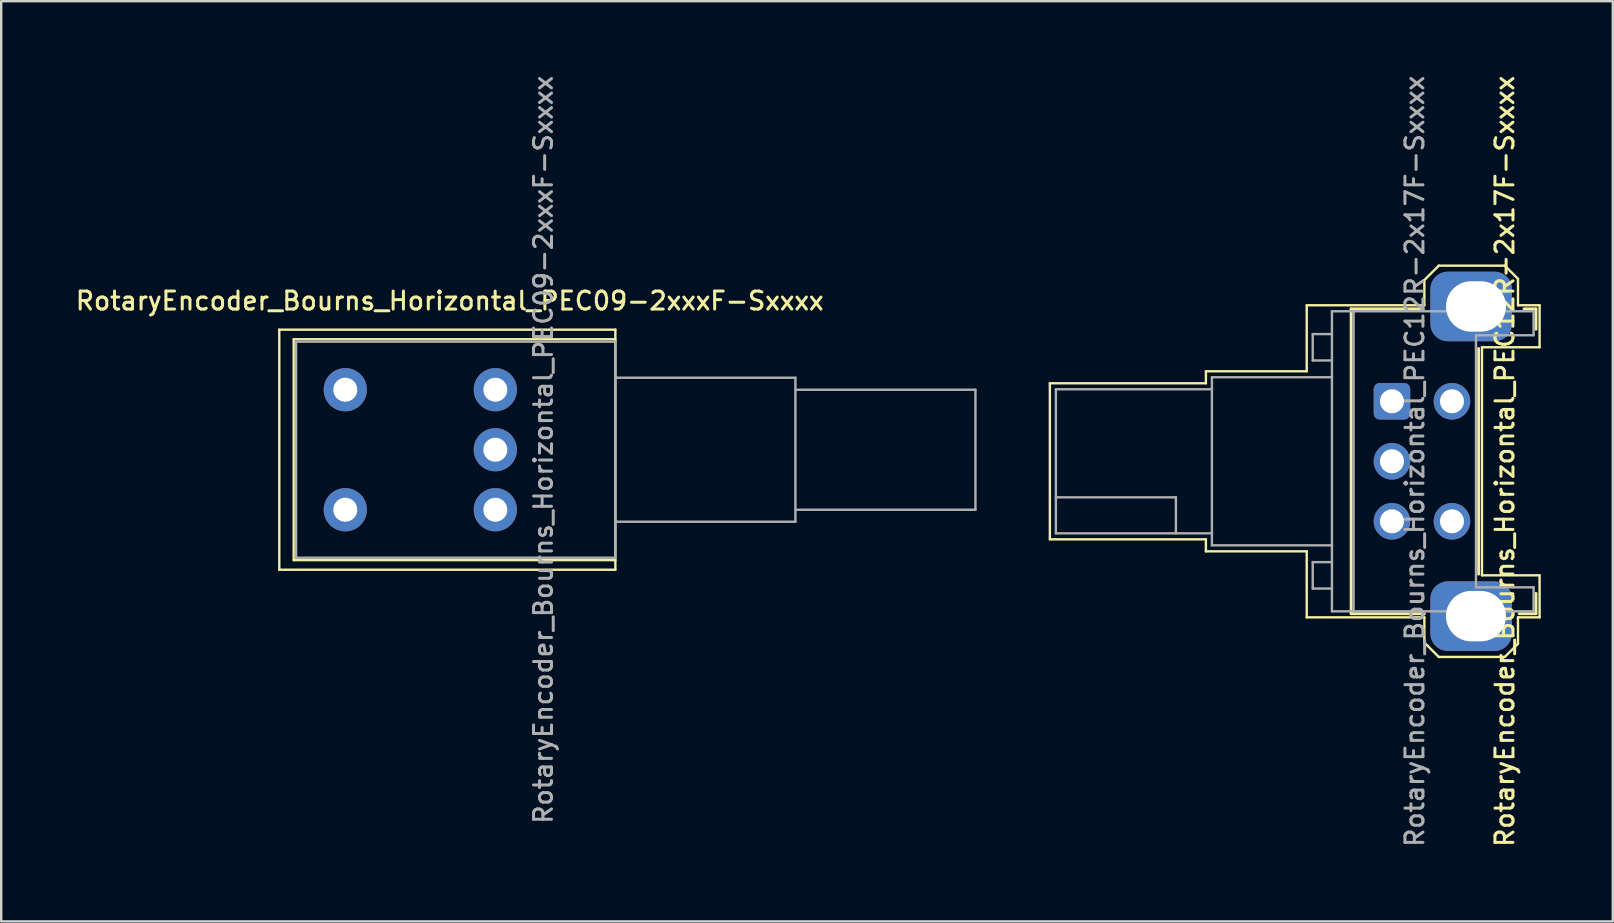
<source format=kicad_pcb>
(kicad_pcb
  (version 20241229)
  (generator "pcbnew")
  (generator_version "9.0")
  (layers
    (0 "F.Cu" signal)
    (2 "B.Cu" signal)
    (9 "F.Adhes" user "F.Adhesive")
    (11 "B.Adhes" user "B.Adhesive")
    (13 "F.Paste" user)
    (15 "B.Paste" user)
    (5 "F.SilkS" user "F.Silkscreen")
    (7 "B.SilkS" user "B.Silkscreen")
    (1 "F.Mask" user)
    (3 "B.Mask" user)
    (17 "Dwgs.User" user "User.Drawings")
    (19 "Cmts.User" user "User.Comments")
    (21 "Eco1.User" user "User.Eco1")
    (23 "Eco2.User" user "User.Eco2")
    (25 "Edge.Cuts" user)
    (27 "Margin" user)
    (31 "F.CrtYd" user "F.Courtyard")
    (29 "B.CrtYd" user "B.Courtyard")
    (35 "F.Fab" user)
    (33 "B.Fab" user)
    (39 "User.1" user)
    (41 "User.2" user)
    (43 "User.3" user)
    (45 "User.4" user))
  (footprint "RotaryEncoder_Bourns_Horizontal_PEC09-2xxxF-Sxxxx"
    (layer "F.Cu")
    (at 17.584 18.184)
    (property "Reference" "RotaryEncoder_Bourns_Horizontal_PEC09-2xxxF-Sxxxx" (at -1.9 -8.7 0) (layer "F.SilkS") (effects (font (size 0.75 0.75) (thickness 0.125))))
    (attr through_hole)
    (fp_line (start -9 -7.5) (end 5 -7.5) (stroke (width 0.1) (type solid)) (layer "F.SilkS"))
    (fp_line (start -9 2.5) (end -9 -7.5) (stroke (width 0.1) (type solid)) (layer "F.SilkS"))
    (fp_line (start -8.4 -7.1) (end -8.4 2.1) (stroke (width 0.1) (type solid)) (layer "F.SilkS"))
    (fp_line (start -8.4 2.1) (end 5 2.1) (stroke (width 0.1) (type solid)) (layer "F.SilkS"))
    (fp_line (start 5 -7.5) (end 5 2.5) (stroke (width 0.1) (type solid)) (layer "F.SilkS"))
    (fp_line (start 5 -7.1) (end -8.4 -7.1) (stroke (width 0.1) (type solid)) (layer "F.SilkS"))
    (fp_line (start 5 2.5) (end -9 2.5) (stroke (width 0.1) (type solid)) (layer "F.SilkS"))
    (fp_line (start -8.3 -7) (end -8.3 2) (stroke (width 0.1) (type solid)) (layer "F.Fab"))
    (fp_line (start 5 -7) (end -8.3 -7) (stroke (width 0.1) (type solid)) (layer "F.Fab"))
    (fp_line (start 5 -7) (end 5 2) (stroke (width 0.1) (type solid)) (layer "F.Fab"))
    (fp_line (start 5 -5.5) (end 12.5 -5.5) (stroke (width 0.1) (type solid)) (layer "F.Fab"))
    (fp_line (start 5 2) (end -8.3 2) (stroke (width 0.1) (type solid)) (layer "F.Fab"))
    (fp_line (start 12.5 -5.5) (end 12.5 0.5) (stroke (width 0.1) (type solid)) (layer "F.Fab"))
    (fp_line (start 12.5 -5) (end 20 -5) (stroke (width 0.1) (type solid)) (layer "F.Fab"))
    (fp_line (start 12.5 0.5) (end 5 0.5) (stroke (width 0.1) (type solid)) (layer "F.Fab"))
    (fp_line (start 20 -5) (end 20 0) (stroke (width 0.1) (type solid)) (layer "F.Fab"))
    (fp_line (start 20 0) (end 12.5 0) (stroke (width 0.1) (type solid)) (layer "F.Fab"))
    (fp_text user "${REFERENCE}" (at 2 -2.5 90) (layer "F.Fab") (effects (font (size 0.75 0.75) (thickness 0.125))))
    (pad "A" thru_hole circle (at 0 0) (size 1.8 1.8) (drill 1) (layers "*.Cu" "*.Mask"))
    (pad "B" thru_hole circle (at 0 -5) (size 1.8 1.8) (drill 1) (layers "*.Cu" "*.Mask"))
    (pad "C" thru_hole circle (at 0 -2.5) (size 1.8 1.8) (drill 1) (layers "*.Cu" "*.Mask"))
    (pad "S1" thru_hole circle (at -6.25 0) (size 1.8 1.8) (drill 1) (layers "*.Cu" "*.Mask"))
    (pad "S2" thru_hole circle (at -6.25 -5) (size 1.8 1.8) (drill 1) (layers "*.Cu" "*.Mask")))
  (footprint "RotaryEncoder_Bourns_Horizontal_PEC12R-2x17F-Sxxxx"
    (layer "F.Cu")
    (at 54.934 13.666)
    (property "Reference" "RotaryEncoder_Bourns_Horizontal_PEC12R-2x17F-Sxxxx" (at 4.7 2.5 270) (layer "F.SilkS") (effects (font (size 0.75 0.75) (thickness 0.125))))
    (attr through_hole)
    (fp_line (start -14.25 -0.75) (end -14.25 5.75) (stroke (width 0.1) (type default)) (layer "F.SilkS"))
    (fp_line (start -14.25 5.75) (end -7.75 5.75) (stroke (width 0.1) (type default)) (layer "F.SilkS"))
    (fp_line (start -7.75 -1.25) (end -3.55 -1.25) (stroke (width 0.1) (type default)) (layer "F.SilkS"))
    (fp_line (start -7.75 -0.75) (end -14.25 -0.75) (stroke (width 0.1) (type default)) (layer "F.SilkS"))
    (fp_line (start -7.75 -0.75) (end -7.75 -1.25) (stroke (width 0.1) (type default)) (layer "F.SilkS"))
    (fp_line (start -7.75 5.75) (end -7.75 6.25) (stroke (width 0.1) (type default)) (layer "F.SilkS"))
    (fp_line (start -7.75 6.25) (end -3.55 6.25) (stroke (width 0.1) (type default)) (layer "F.SilkS"))
    (fp_line (start -3.55 -4) (end 1.35 -4) (stroke (width 0.1) (type solid)) (layer "F.SilkS"))
    (fp_line (start -3.55 -1.25) (end -3.55 -4) (stroke (width 0.1) (type solid)) (layer "F.SilkS"))
    (fp_line (start -3.55 9) (end -3.55 6.25) (stroke (width 0.1) (type solid)) (layer "F.SilkS"))
    (fp_line (start -1.7 -3.85) (end -1.7 8.85) (stroke (width 0.12) (type solid)) (layer "F.SilkS"))
    (fp_line (start -1.7 8.85) (end 1.35 8.85) (stroke (width 0.12) (type solid)) (layer "F.SilkS"))
    (fp_line (start 1.3 -3.85) (end -1.7 -3.85) (stroke (width 0.12) (type solid)) (layer "F.SilkS"))
    (fp_line (start 1.35 -5.05) (end 1.95 -5.65) (stroke (width 0.1) (type default)) (layer "F.SilkS"))
    (fp_line (start 1.35 -4) (end 1.35 -5.05) (stroke (width 0.1) (type default)) (layer "F.SilkS"))
    (fp_line (start 1.35 9) (end -3.55 9) (stroke (width 0.1) (type solid)) (layer "F.SilkS"))
    (fp_line (start 1.35 10.05) (end 1.35 9) (stroke (width 0.1) (type default)) (layer "F.SilkS"))
    (fp_line (start 1.35 10.05) (end 1.95 10.65) (stroke (width 0.1) (type default)) (layer "F.SilkS"))
    (fp_line (start 3.61 -2.2) (end 3.61 7.2) (stroke (width 0.12) (type solid)) (layer "F.SilkS"))
    (fp_line (start 3.75 -2.25) (end 6.15 -2.25) (stroke (width 0.1) (type default)) (layer "F.SilkS"))
    (fp_line (start 3.75 7.25) (end 3.75 -2.25) (stroke (width 0.1) (type default)) (layer "F.SilkS"))
    (fp_line (start 4.7 -5.65) (end 1.95 -5.65) (stroke (width 0.1) (type default)) (layer "F.SilkS"))
    (fp_line (start 4.7 -5.65) (end 5.25 -5.1) (stroke (width 0.1) (type default)) (layer "F.SilkS"))
    (fp_line (start 4.7 10.65) (end 1.95 10.65) (stroke (width 0.1) (type default)) (layer "F.SilkS"))
    (fp_line (start 4.7 10.65) (end 5.25 10.1) (stroke (width 0.1) (type default)) (layer "F.SilkS"))
    (fp_line (start 5.25 -4) (end 5.25 -5.1) (stroke (width 0.1) (type default)) (layer "F.SilkS"))
    (fp_line (start 5.25 9) (end 5.25 10.1) (stroke (width 0.1) (type default)) (layer "F.SilkS"))
    (fp_line (start 5.3 8.85) (end 6 8.85) (stroke (width 0.12) (type solid)) (layer "F.SilkS"))
    (fp_line (start 6 -3.85) (end 5.5 -3.85) (stroke (width 0.12) (type solid)) (layer "F.SilkS"))
    (fp_line (start 6 -3) (end 6 -3.85) (stroke (width 0.12) (type solid)) (layer "F.SilkS"))
    (fp_line (start 6 8.85) (end 6 8) (stroke (width 0.12) (type solid)) (layer "F.SilkS"))
    (fp_line (start 6.15 -4) (end 5.25 -4) (stroke (width 0.1) (type solid)) (layer "F.SilkS"))
    (fp_line (start 6.15 -4) (end 6.15 -2.25) (stroke (width 0.1) (type solid)) (layer "F.SilkS"))
    (fp_line (start 6.15 7.25) (end 3.75 7.25) (stroke (width 0.1) (type default)) (layer "F.SilkS"))
    (fp_line (start 6.15 7.25) (end 6.15 9) (stroke (width 0.1) (type solid)) (layer "F.SilkS"))
    (fp_line (start 6.15 9) (end 5.25 9) (stroke (width 0.1) (type solid)) (layer "F.SilkS"))
    (fp_line (start -14 -0.5) (end -14 5.5) (stroke (width 0.1) (type default)) (layer "F.Fab"))
    (fp_line (start -14 4) (end -9 4) (stroke (width 0.1) (type default)) (layer "F.Fab"))
    (fp_line (start -14 5.5) (end -7.5 5.5) (stroke (width 0.1) (type solid)) (layer "F.Fab"))
    (fp_line (start -9 4) (end -9 5.5) (stroke (width 0.1) (type default)) (layer "F.Fab"))
    (fp_line (start -7.5 -1) (end -7.5 6) (stroke (width 0.1) (type default)) (layer "F.Fab"))
    (fp_line (start -7.5 -1) (end -2.5 -1) (stroke (width 0.1) (type default)) (layer "F.Fab"))
    (fp_line (start -7.5 -0.5) (end -14 -0.5) (stroke (width 0.1) (type solid)) (layer "F.Fab"))
    (fp_line (start -7.5 6) (end -2.5 6) (stroke (width 0.1) (type default)) (layer "F.Fab"))
    (fp_line (start -3.3 -2.8) (end -2.5 -2.8) (stroke (width 0.1) (type default)) (layer "F.Fab"))
    (fp_line (start -3.3 -1.7) (end -3.3 -2.8) (stroke (width 0.1) (type default)) (layer "F.Fab"))
    (fp_line (start -3.3 6.7) (end -2.5 6.7) (stroke (width 0.1) (type default)) (layer "F.Fab"))
    (fp_line (start -3.3 7.8) (end -3.3 6.7) (stroke (width 0.1) (type default)) (layer "F.Fab"))
    (fp_line (start -2.5 -3.75) (end 5.9 -3.75) (stroke (width 0.1) (type solid)) (layer "F.Fab"))
    (fp_line (start -2.5 -1.7) (end -3.3 -1.7) (stroke (width 0.1) (type default)) (layer "F.Fab"))
    (fp_line (start -2.5 7.8) (end -3.3 7.8) (stroke (width 0.1) (type default)) (layer "F.Fab"))
    (fp_line (start -2.5 8.75) (end -2.5 -3.75) (stroke (width 0.1) (type solid)) (layer "F.Fab"))
    (fp_line (start -1.6 8.75) (end -1.6 -3.75) (stroke (width 0.1) (type solid)) (layer "F.Fab"))
    (fp_line (start 3.5 -2.75) (end 5.9 -2.75) (stroke (width 0.1) (type default)) (layer "F.Fab"))
    (fp_line (start 3.5 7.75) (end 3.5 -2.75) (stroke (width 0.1) (type default)) (layer "F.Fab"))
    (fp_line (start 3.5 7.75) (end 5.9 7.75) (stroke (width 0.1) (type default)) (layer "F.Fab"))
    (fp_line (start 5.9 -3.7) (end 5.9 -2.75) (stroke (width 0.1) (type solid)) (layer "F.Fab"))
    (fp_line (start 5.9 7.75) (end 5.9 8.75) (stroke (width 0.1) (type solid)) (layer "F.Fab"))
    (fp_line (start 5.9 8.75) (end -2.5 8.75) (stroke (width 0.1) (type solid)) (layer "F.Fab"))
    (fp_text user "${REFERENCE}" (at 0.95 2.5 90) (layer "F.Fab") (effects (font (size 0.75 0.75) (thickness 0.125))))
    (pad "A" thru_hole roundrect (at 0 0 270) (size 1.524 1.524) (drill 1) (layers "*.Cu" "*.Mask") (roundrect_rratio 0.164))
    (pad "B" thru_hole circle (at 0 5 270) (size 1.524 1.524) (drill 1) (layers "*.Cu" "*.Mask"))
    (pad "C" thru_hole circle (at 0 2.5 270) (size 1.524 1.524) (drill 1) (layers "*.Cu" "*.Mask"))
    (pad "S1" thru_hole circle (at 2.5 0 270) (size 1.524 1.524) (drill 1) (layers "*.Cu" "*.Mask"))
    (pad "S2" thru_hole circle (at 2.5 5 270) (size 1.524 1.524) (drill 1) (layers "*.Cu" "*.Mask"))
    (pad "SH" thru_hole roundrect (at 3.5 -3.95 180) (size 3.4 2.9) (drill oval 2.5 2.1 (offset 0.2 0)) (layers "*.Cu" "*.Mask") (roundrect_rratio 0.25))
    (pad "SH" thru_hole roundrect (at 3.5 8.95 180) (size 3.4 2.9) (drill oval 2.5 2.1 (offset 0.2 0)) (layers "*.Cu" "*.Mask") (roundrect_rratio 0.25))
    (zone (net_name "") (layer "F.Cu") (name "Shell contact") (hatch edge 0.5) (connect_pads) (min_thickness 0.25) (filled_areas_thickness no) (keepout (tracks not_allowed) (vias not_allowed) (pads not_allowed) (copperpour not_allowed) (footprints not_allowed)) (placement (enabled no)) (fill) (polygon (pts (xy 54.584 10.916) (xy 54.584 9.666) (xy 53.084 9.666) (xy 53.084 10.916))))
    (zone (net_name "") (layer "F.Cu") (name "Shell contact") (hatch edge 0.5) (connect_pads) (min_thickness 0.25) (filled_areas_thickness no) (keepout (tracks not_allowed) (vias not_allowed) (pads not_allowed) (copperpour not_allowed) (footprints not_allowed)) (placement (enabled no)) (fill) (polygon (pts (xy 54.584 22.666) (xy 54.584 21.416) (xy 53.084 21.416) (xy 53.084 22.666))))
    (zone (net_name "") (layer "F.Cu") (name "Shell contact") (hatch edge 0.5) (connect_pads) (min_thickness 0.25) (filled_areas_thickness no) (keepout (tracks not_allowed) (vias not_allowed) (pads not_allowed) (copperpour not_allowed) (footprints not_allowed)) (placement (enabled no)) (fill) (polygon (pts (xy 60.934 10.916) (xy 60.934 9.666) (xy 59.934 9.666) (xy 59.934 10.916))))
    (zone (net_name "") (layer "F.Cu") (name "Shell contact") (hatch edge 0.5) (connect_pads) (min_thickness 0.25) (filled_areas_thickness no) (keepout (tracks not_allowed) (vias not_allowed) (pads not_allowed) (copperpour not_allowed) (footprints not_allowed)) (placement (enabled no)) (fill) (polygon (pts (xy 60.934 22.666) (xy 60.934 21.416) (xy 59.934 21.416) (xy 59.934 22.666)))))
  (gr_rect
    (start -3 -3)
    (end 64.134 35.332)
    (stroke (width 0.1) (type default))
    (fill no)
    (layer "Edge.Cuts")))
</source>
